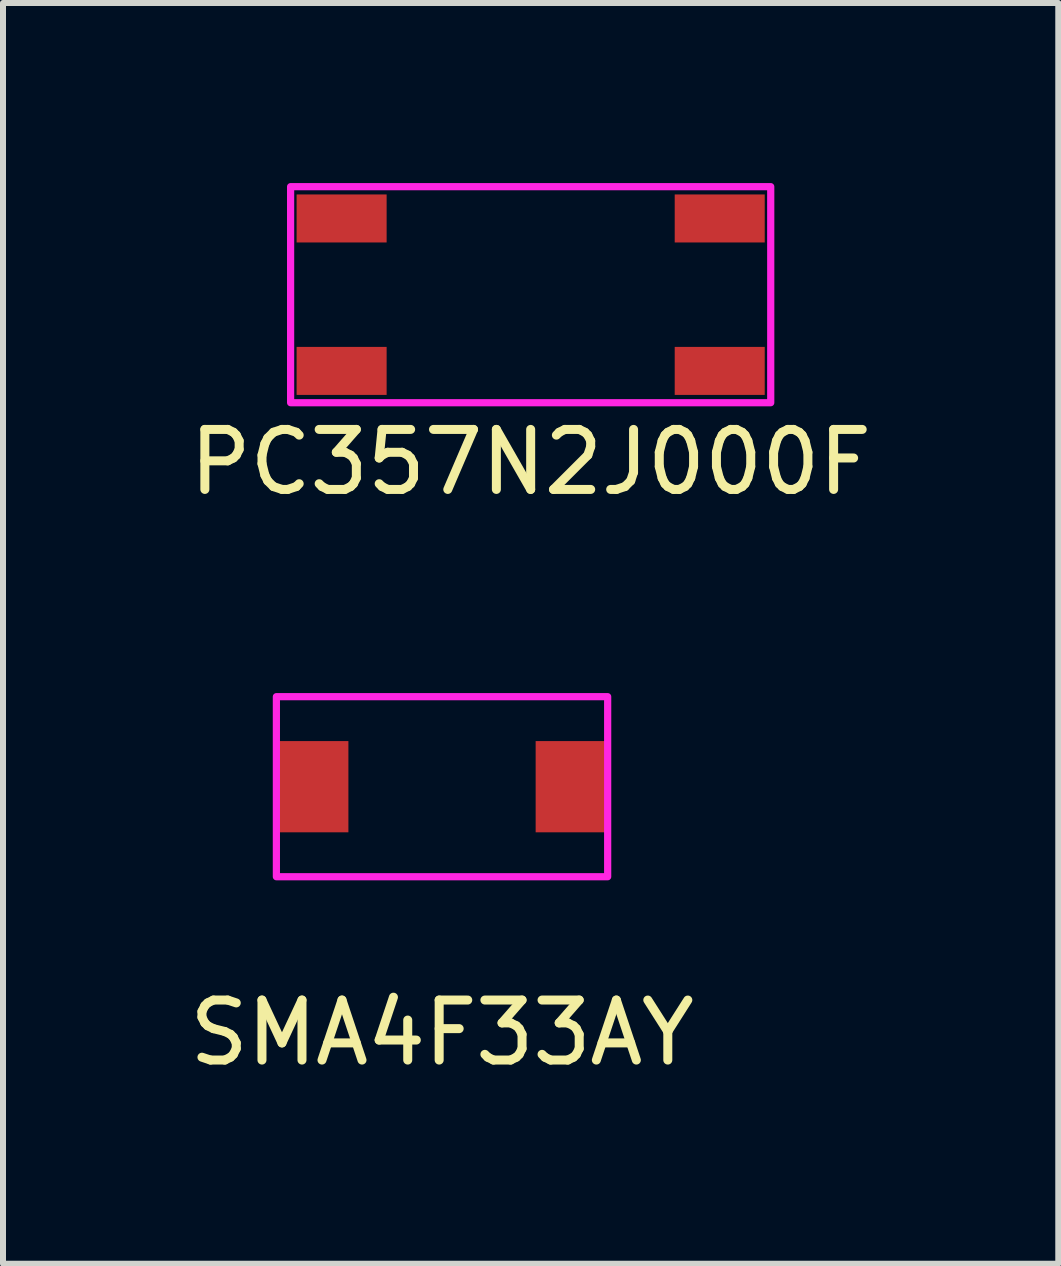
<source format=kicad_pcb>
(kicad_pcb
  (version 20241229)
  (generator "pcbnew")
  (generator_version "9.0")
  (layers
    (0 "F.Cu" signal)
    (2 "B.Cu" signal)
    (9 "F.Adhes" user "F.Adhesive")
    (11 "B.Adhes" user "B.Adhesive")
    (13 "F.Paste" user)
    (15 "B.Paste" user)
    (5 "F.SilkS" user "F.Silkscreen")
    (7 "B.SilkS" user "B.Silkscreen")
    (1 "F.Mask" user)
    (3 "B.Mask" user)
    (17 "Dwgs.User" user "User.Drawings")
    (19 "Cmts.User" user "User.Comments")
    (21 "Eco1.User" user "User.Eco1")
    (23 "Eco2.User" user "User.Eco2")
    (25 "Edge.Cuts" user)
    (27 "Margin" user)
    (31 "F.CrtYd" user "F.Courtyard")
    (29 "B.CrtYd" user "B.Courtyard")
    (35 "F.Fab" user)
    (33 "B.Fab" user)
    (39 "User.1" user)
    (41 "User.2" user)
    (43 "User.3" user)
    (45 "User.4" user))
  (footprint "PC357N2J000F"
    (layer "F.Cu")
    (at 5.792 1.86)
    (property "Reference" "PC357N2J000F" (at 0 2.79 0) (unlocked yes) (layer "F.SilkS") (effects (font (size 1 1) (thickness 0.15))))
    (fp_rect (start -4 -1.8) (end 4 1.8) (stroke (width 0.12) (type solid)) (fill no) (layer "F.CrtYd"))
    (pad "1" smd rect (at -3.15 -1.27) (size 1.5 0.8) (layers "F.Cu" "F.Mask" "F.Paste"))
    (pad "2" smd rect (at -3.15 1.27) (size 1.5 0.8) (layers "F.Cu" "F.Mask" "F.Paste"))
    (pad "3" smd rect (at 3.15 1.27) (size 1.5 0.8) (layers "F.Cu" "F.Mask" "F.Paste"))
    (pad "4" smd rect (at 3.15 -1.27) (size 1.5 0.8) (layers "F.Cu" "F.Mask" "F.Paste")))
  (footprint "SMA4F33AY"
    (layer "F.Cu")
    (at 4.315 10.058)
    (property "Reference" "SMA4F33AY" (at 0 4.1 0) (unlocked yes) (layer "F.SilkS") (effects (font (size 1 1) (thickness 0.15))))
    (fp_rect (start -2.76 -1.5) (end 2.76 1.5) (stroke (width 0.12) (type solid)) (fill no) (layer "F.CrtYd"))
    (pad "1" smd rect (at -2.16 0) (size 1.2 1.52) (layers "F.Cu" "F.Mask" "F.Paste"))
    (pad "2" smd rect (at 2.16 0) (size 1.2 1.52) (layers "F.Cu" "F.Mask" "F.Paste")))
  (gr_rect
    (start -3 -3)
    (end 14.583 18.006)
    (stroke (width 0.1) (type default))
    (fill no)
    (layer "Edge.Cuts")))
</source>
